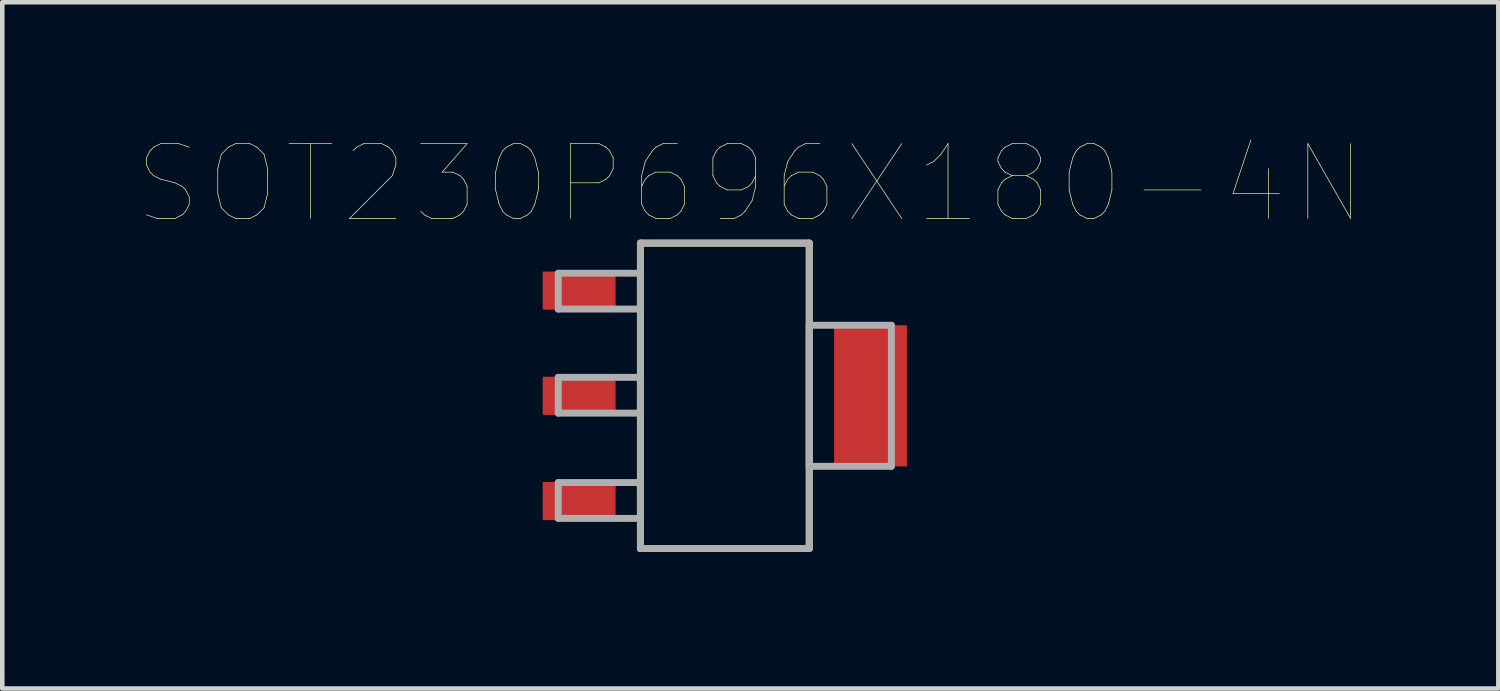
<source format=kicad_pcb>
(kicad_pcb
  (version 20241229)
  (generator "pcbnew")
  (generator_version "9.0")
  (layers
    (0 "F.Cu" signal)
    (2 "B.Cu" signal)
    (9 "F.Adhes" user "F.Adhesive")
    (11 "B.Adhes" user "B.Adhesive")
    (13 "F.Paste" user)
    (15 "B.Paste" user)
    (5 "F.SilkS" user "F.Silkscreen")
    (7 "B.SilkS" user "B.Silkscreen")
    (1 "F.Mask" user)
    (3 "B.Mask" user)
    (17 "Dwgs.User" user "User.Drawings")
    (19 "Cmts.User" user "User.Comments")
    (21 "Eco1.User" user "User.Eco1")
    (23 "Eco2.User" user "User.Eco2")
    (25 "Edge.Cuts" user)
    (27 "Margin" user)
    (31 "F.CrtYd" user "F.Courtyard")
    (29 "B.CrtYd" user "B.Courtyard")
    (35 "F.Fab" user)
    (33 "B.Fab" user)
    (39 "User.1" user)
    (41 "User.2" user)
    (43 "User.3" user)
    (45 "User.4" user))
  (footprint "SOT230P696X180-4N"
    (layer "F.Cu")
    (at 12.869 5.643)
    (property "Reference" "SOT230P696X180-4N" (at 0.56 -4.655 0) (layer "F.SilkS") (effects (font (size 1.643 1.643) (thickness 0.015))))
    (attr through_hole)
    (fp_line (start -1.854 -3.353) (end -1.854 3.353) (stroke (width 0.152) (type solid)) (layer "F.SilkS"))
    (fp_line (start -1.854 3.353) (end 1.854 3.353) (stroke (width 0.152) (type solid)) (layer "F.SilkS"))
    (fp_line (start 1.854 -3.353) (end -1.854 -3.353) (stroke (width 0.152) (type solid)) (layer "F.SilkS"))
    (fp_line (start 1.854 3.353) (end 1.854 -3.353) (stroke (width 0.152) (type solid)) (layer "F.SilkS"))
    (fp_line (start -3.658 -2.692) (end -3.658 -1.905) (stroke (width 0.152) (type solid)) (layer "F.Fab"))
    (fp_line (start -3.658 -1.905) (end -1.854 -1.905) (stroke (width 0.152) (type solid)) (layer "F.Fab"))
    (fp_line (start -3.658 -0.406) (end -3.658 0.381) (stroke (width 0.152) (type solid)) (layer "F.Fab"))
    (fp_line (start -3.658 0.381) (end -1.854 0.381) (stroke (width 0.152) (type solid)) (layer "F.Fab"))
    (fp_line (start -3.658 1.905) (end -3.658 2.692) (stroke (width 0.152) (type solid)) (layer "F.Fab"))
    (fp_line (start -3.658 2.692) (end -1.854 2.692) (stroke (width 0.152) (type solid)) (layer "F.Fab"))
    (fp_line (start -1.854 -3.353) (end -1.854 3.353) (stroke (width 0.152) (type solid)) (layer "F.Fab"))
    (fp_line (start -1.854 -2.692) (end -3.658 -2.692) (stroke (width 0.152) (type solid)) (layer "F.Fab"))
    (fp_line (start -1.854 -1.905) (end -1.854 -2.692) (stroke (width 0.152) (type solid)) (layer "F.Fab"))
    (fp_line (start -1.854 -0.406) (end -3.658 -0.406) (stroke (width 0.152) (type solid)) (layer "F.Fab"))
    (fp_line (start -1.854 0.381) (end -1.854 -0.406) (stroke (width 0.152) (type solid)) (layer "F.Fab"))
    (fp_line (start -1.854 1.905) (end -3.658 1.905) (stroke (width 0.152) (type solid)) (layer "F.Fab"))
    (fp_line (start -1.854 2.692) (end -1.854 1.905) (stroke (width 0.152) (type solid)) (layer "F.Fab"))
    (fp_line (start -1.854 3.353) (end 1.854 3.353) (stroke (width 0.152) (type solid)) (layer "F.Fab"))
    (fp_line (start 1.854 -3.353) (end -1.854 -3.353) (stroke (width 0.152) (type solid)) (layer "F.Fab"))
    (fp_line (start 1.854 -1.549) (end 1.854 1.549) (stroke (width 0.152) (type solid)) (layer "F.Fab"))
    (fp_line (start 1.854 1.549) (end 3.658 1.549) (stroke (width 0.152) (type solid)) (layer "F.Fab"))
    (fp_line (start 1.854 3.353) (end 1.854 -3.353) (stroke (width 0.152) (type solid)) (layer "F.Fab"))
    (fp_line (start 3.658 -1.549) (end 1.854 -1.549) (stroke (width 0.152) (type solid)) (layer "F.Fab"))
    (fp_line (start 3.658 1.549) (end 3.658 -1.549) (stroke (width 0.152) (type solid)) (layer "F.Fab"))
    (pad "1" smd rect (at -3.2 -2.311) (size 1.6 0.838) (layers "F.Cu" "F.Mask" "F.Paste"))
    (pad "2" smd rect (at -3.2 0) (size 1.6 0.838) (layers "F.Cu" "F.Mask" "F.Paste"))
    (pad "3" smd rect (at -3.2 2.311) (size 1.6 0.838) (layers "F.Cu" "F.Mask" "F.Paste"))
    (pad "4" smd rect (at 3.2 0) (size 1.6 3.099) (layers "F.Cu" "F.Mask" "F.Paste")))
  (gr_rect
    (start -3 -3)
    (end 29.857 12.072)
    (stroke (width 0.1) (type default))
    (fill no)
    (layer "Edge.Cuts")))
</source>
